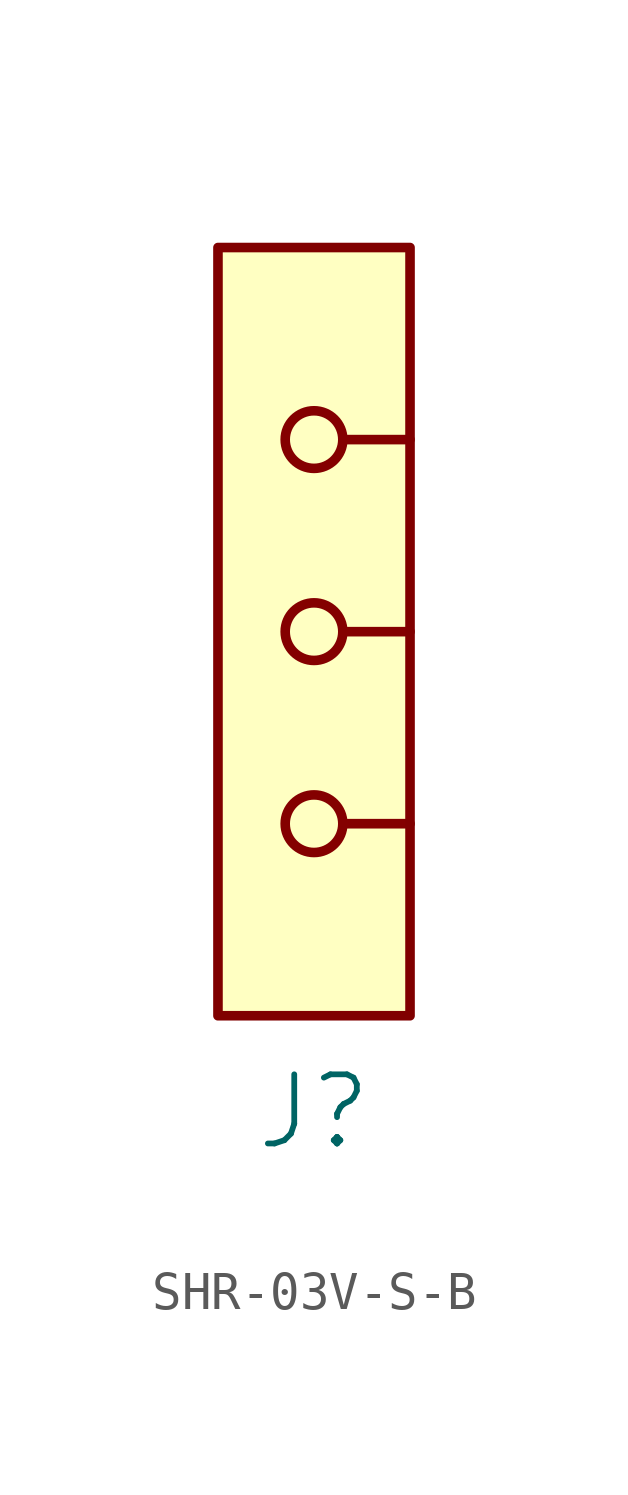
<source format=kicad_sym>
(kicad_symbol_lib
  (version 20231120)
  (generator "kicad_symbol_editor")
  (generator_version "8.0")
  (symbol "SHR-03V-S-B"
    (property "Reference" "J"
      (at 0 -12.7 0)
      (effects (font (size 1.829 1.829))))
    (symbol "SHR-03V-S-B_1_0"
      (circle (center 0 -5.08) (radius 0.762) (stroke (width 0.254) (type solid)) (fill (type none)))
      (polyline (pts (xy 0.762 -5.08) (xy 2.54 -5.08)) (stroke (width 0.254) (type solid)) (fill (type none)))
      (polyline (pts (xy 0.762 0) (xy 2.54 0)) (stroke (width 0.254) (type solid)) (fill (type none)))
      (polyline (pts (xy 0.762 5.08) (xy 2.54 5.08)) (stroke (width 0.254) (type solid)) (fill (type none)))
      (circle (center 0 0) (radius 0.762) (stroke (width 0.254) (type solid)) (fill (type none)))
      (circle (center 0 5.08) (radius 0.762) (stroke (width 0.254) (type solid)) (fill (type none)))
      (rectangle (start 2.54 10.16) (end -2.54 -10.16) (stroke (width 0.254) (type solid) (color 128 0 0 1)) (fill (type background))))))
</source>
